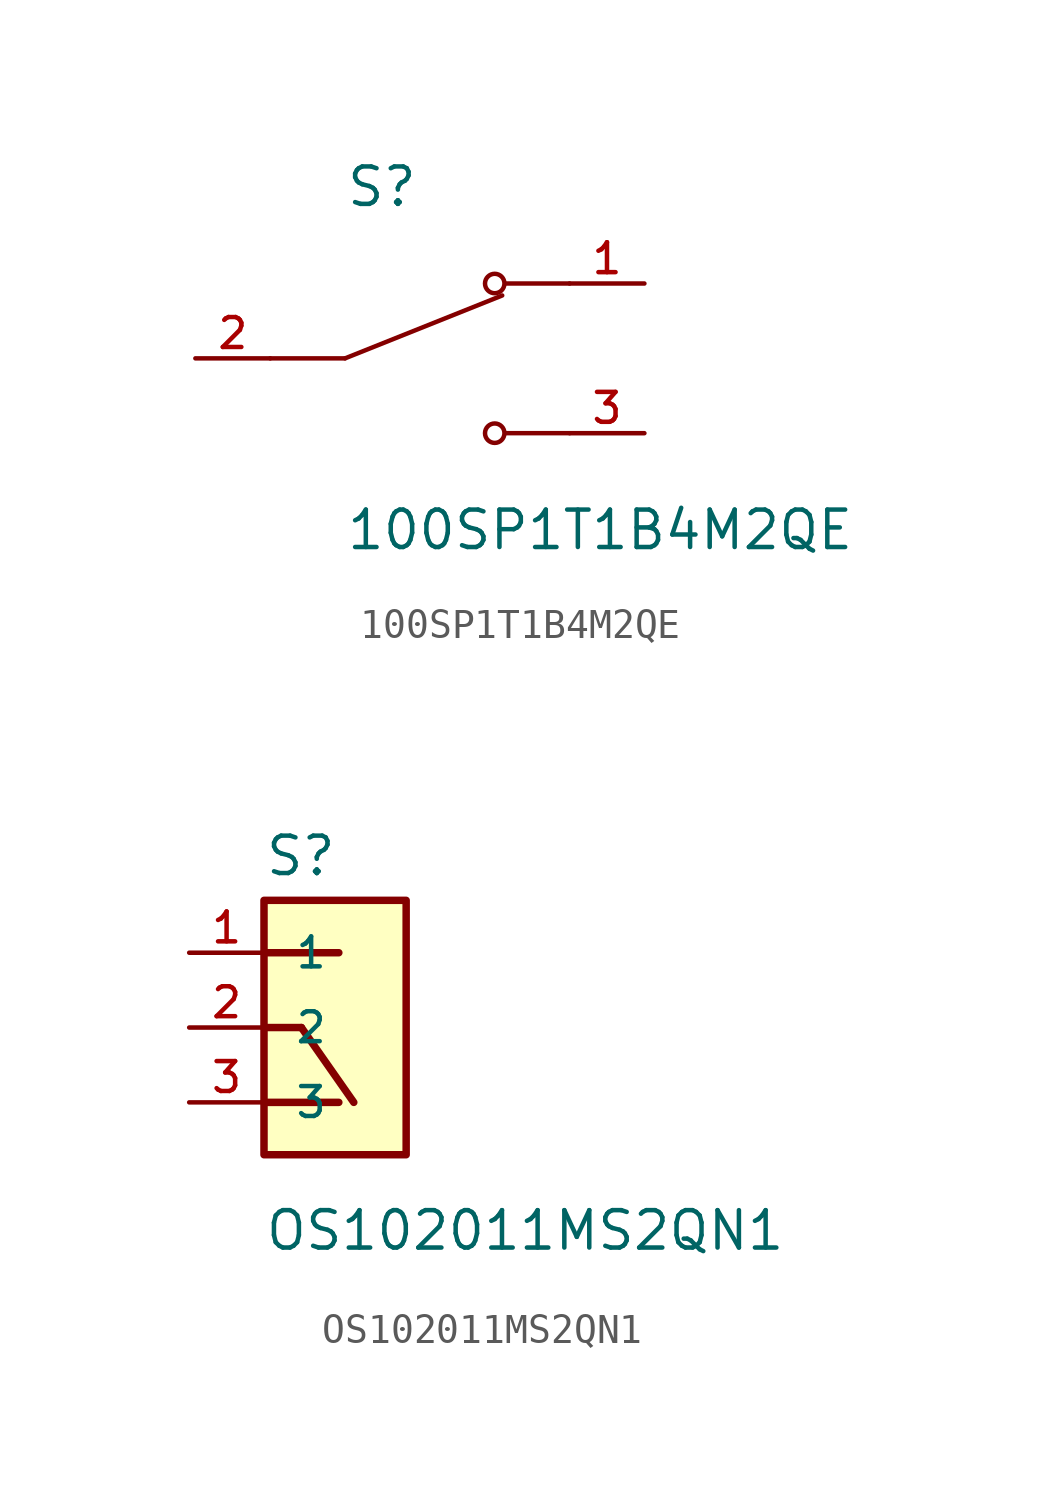
<source format=kicad_sym>
(kicad_symbol_lib
  (version 20211014)
  (generator kicad_symbol_editor)
  (symbol "100SP1T1B4M2QE"
    (pin_names
      (offset 1.016))
    (property "Reference" "S"
      (at -2.54 5.08 0)
      (effects (font (size 1.27 1.27)) (justify left bottom)))
    (property "Value" "100SP1T1B4M2QE"
      (at -2.54 -5.08 0)
      (effects (font (size 1.27 1.27)) (justify left top)))
    (symbol "100SP1T1B4M2QE_0_0"
      (polyline (pts (xy -2.54 0) (xy -5.08 0)) (stroke (width 0.152) (type default) (color 0 0 0 0)) (fill (type none)))
      (polyline (pts (xy -2.54 0) (xy 2.794 2.134)) (stroke (width 0.152) (type default) (color 0 0 0 0)) (fill (type none)))
      (polyline (pts (xy 5.08 -2.54) (xy 2.921 -2.54)) (stroke (width 0.152) (type default) (color 0 0 0 0)) (fill (type none)))
      (polyline (pts (xy 5.08 2.54) (xy 2.921 2.54)) (stroke (width 0.152) (type default) (color 0 0 0 0)) (fill (type none)))
      (circle (center 2.54 -2.54) (radius 0.33) (stroke (width 0.152) (type default) (color 0 0 0 0)) (fill (type none)))
      (circle (center 2.54 2.54) (radius 0.33) (stroke (width 0.152) (type default) (color 0 0 0 0)) (fill (type none)))
      (pin passive line (at 7.62 2.54 180) (length 2.54) (name "~" (effects (font (size 1.016 1.016)))) (number "1" (effects (font (size 1.016 1.016)))))
      (pin passive line (at -7.62 0 0) (length 2.54) (name "~" (effects (font (size 1.016 1.016)))) (number "2" (effects (font (size 1.016 1.016)))))
      (pin passive line (at 7.62 -2.54 180) (length 2.54) (name "~" (effects (font (size 1.016 1.016)))) (number "3" (effects (font (size 1.016 1.016)))))))
  (symbol "OS102011MS2QN1"
    (pin_names
      (offset 1.016))
    (property "Reference" "S"
      (at -2.541 5.082 0)
      (effects (font (size 1.27 1.27)) (justify left bottom)))
    (property "Value" "OS102011MS2QN1"
      (at -2.544 -7.632 0)
      (effects (font (size 1.27 1.27)) (justify left bottom)))
    (symbol "OS102011MS2QN1_0_0"
      (rectangle (start -2.54 -4.318) (end 2.286 4.318) (stroke (width 0.254) (type default) (color 0 0 0 0)) (fill (type background)))
      (polyline (pts (xy -2.54 -2.54) (xy 0 -2.54)) (stroke (width 0.254) (type default) (color 0 0 0 0)) (fill (type none)))
      (polyline (pts (xy -2.54 0) (xy -1.27 0)) (stroke (width 0.254) (type default) (color 0 0 0 0)) (fill (type none)))
      (polyline (pts (xy -2.54 2.54) (xy 0 2.54)) (stroke (width 0.254) (type default) (color 0 0 0 0)) (fill (type none)))
      (polyline (pts (xy -1.27 0) (xy 0.508 -2.54)) (stroke (width 0.254) (type default) (color 0 0 0 0)) (fill (type none)))
      (pin passive line (at -5.08 2.54 0) (length 2.54) (name "1" (effects (font (size 1.016 1.016)))) (number "1" (effects (font (size 1.016 1.016)))))
      (pin passive line (at -5.08 0 0) (length 2.54) (name "2" (effects (font (size 1.016 1.016)))) (number "2" (effects (font (size 1.016 1.016)))))
      (pin passive line (at -5.08 -2.54 0) (length 2.54) (name "3" (effects (font (size 1.016 1.016)))) (number "3" (effects (font (size 1.016 1.016))))))))
</source>
